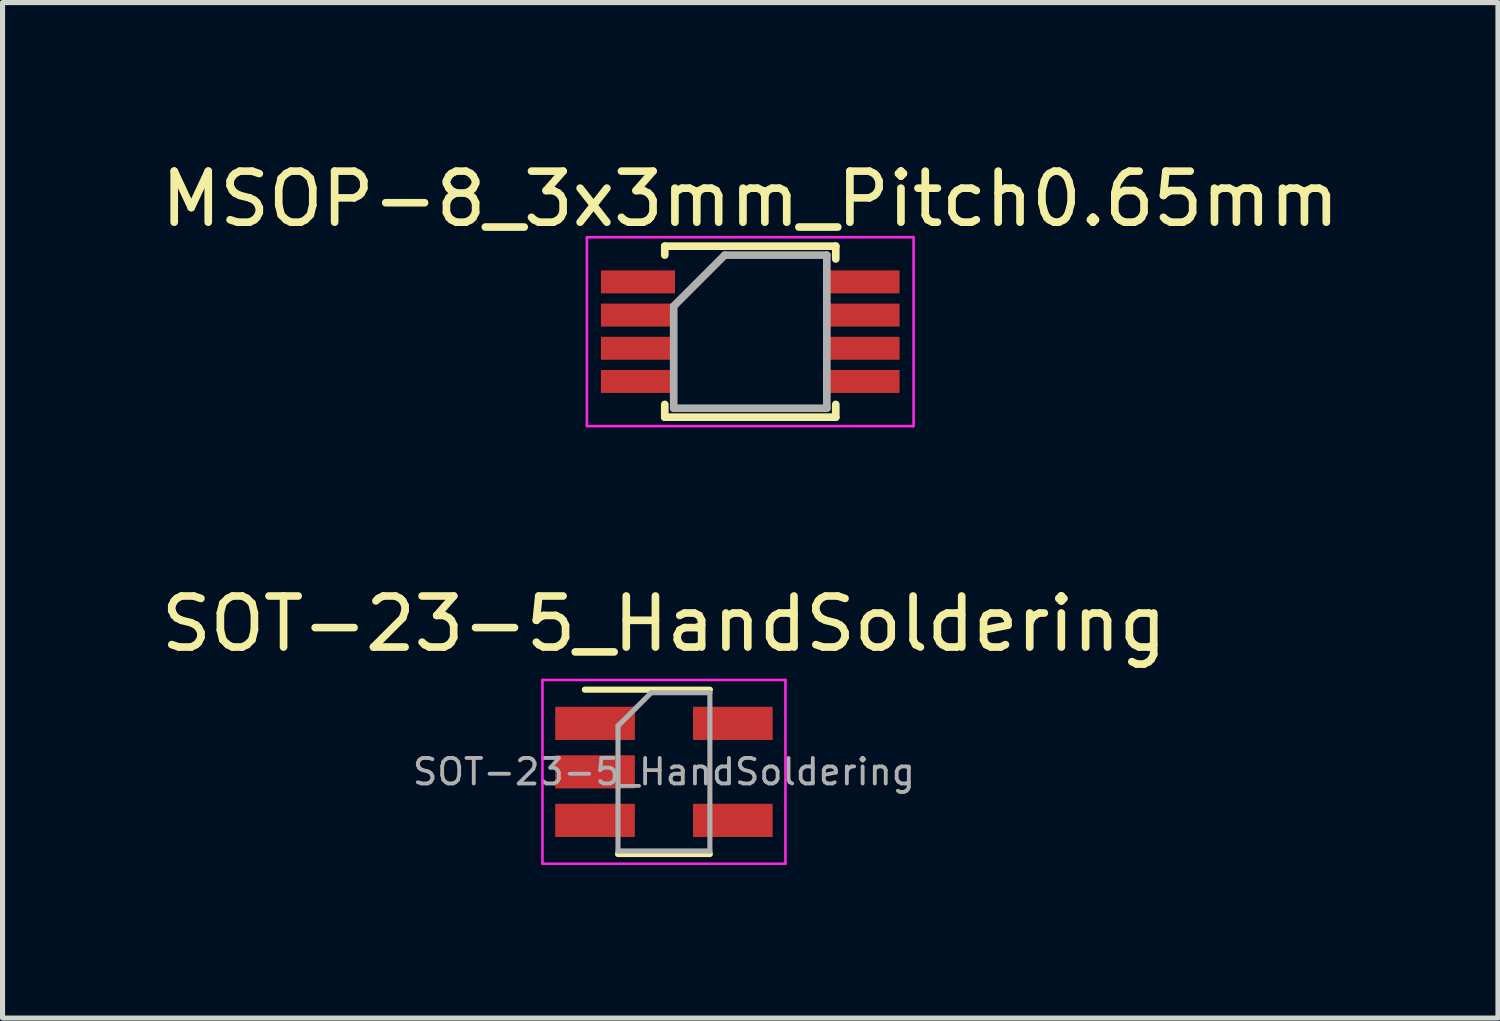
<source format=kicad_pcb>
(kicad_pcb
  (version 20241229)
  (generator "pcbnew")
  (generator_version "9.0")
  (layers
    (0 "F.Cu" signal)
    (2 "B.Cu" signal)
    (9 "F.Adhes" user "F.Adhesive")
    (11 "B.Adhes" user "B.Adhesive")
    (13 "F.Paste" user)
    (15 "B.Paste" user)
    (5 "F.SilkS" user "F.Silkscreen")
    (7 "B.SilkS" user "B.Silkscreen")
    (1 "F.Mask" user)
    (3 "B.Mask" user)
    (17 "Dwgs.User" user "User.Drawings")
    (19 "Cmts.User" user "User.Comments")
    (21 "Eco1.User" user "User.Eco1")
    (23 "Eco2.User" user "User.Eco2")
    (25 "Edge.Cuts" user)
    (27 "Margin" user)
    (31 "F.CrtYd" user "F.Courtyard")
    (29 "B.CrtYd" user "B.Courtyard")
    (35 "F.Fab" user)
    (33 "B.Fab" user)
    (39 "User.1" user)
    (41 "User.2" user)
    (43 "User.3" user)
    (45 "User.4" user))
  (footprint "MSOP-8_3x3mm_Pitch0.65mm"
    (layer "F.Cu")
    (at 11.649 3.448)
    (property "Reference" "MSOP-8_3x3mm_Pitch0.65mm" (at 0 -2.6 0) (layer "F.SilkS") (effects (font (size 1 1) (thickness 0.15))))
    (attr smd)
    (fp_line (start -1.675 -1.675) (end -1.675 -1.5) (stroke (width 0.15) (type solid)) (layer "F.SilkS"))
    (fp_line (start -1.675 -1.675) (end 1.675 -1.675) (stroke (width 0.15) (type solid)) (layer "F.SilkS"))
    (fp_line (start -1.675 1.675) (end -1.675 1.425) (stroke (width 0.15) (type solid)) (layer "F.SilkS"))
    (fp_line (start -1.675 1.675) (end 1.675 1.675) (stroke (width 0.15) (type solid)) (layer "F.SilkS"))
    (fp_line (start 1.675 -1.675) (end 1.675 -1.425) (stroke (width 0.15) (type solid)) (layer "F.SilkS"))
    (fp_line (start 1.675 1.675) (end 1.675 1.425) (stroke (width 0.15) (type solid)) (layer "F.SilkS"))
    (fp_line (start -3.2 -1.85) (end -3.2 1.85) (stroke (width 0.05) (type solid)) (layer "F.CrtYd"))
    (fp_line (start -3.2 -1.85) (end 3.2 -1.85) (stroke (width 0.05) (type solid)) (layer "F.CrtYd"))
    (fp_line (start -3.2 1.85) (end 3.2 1.85) (stroke (width 0.05) (type solid)) (layer "F.CrtYd"))
    (fp_line (start 3.2 -1.85) (end 3.2 1.85) (stroke (width 0.05) (type solid)) (layer "F.CrtYd"))
    (fp_line (start -1.5 -0.5) (end -0.5 -1.5) (stroke (width 0.15) (type solid)) (layer "F.Fab"))
    (fp_line (start -1.5 1.5) (end -1.5 -0.5) (stroke (width 0.15) (type solid)) (layer "F.Fab"))
    (fp_line (start -0.5 -1.5) (end 1.5 -1.5) (stroke (width 0.15) (type solid)) (layer "F.Fab"))
    (fp_line (start 1.5 -1.5) (end 1.5 1.5) (stroke (width 0.15) (type solid)) (layer "F.Fab"))
    (fp_line (start 1.5 1.5) (end -1.5 1.5) (stroke (width 0.15) (type solid)) (layer "F.Fab"))
    (pad "1" smd rect (at -2.2 -0.975) (size 1.45 0.45) (layers "F.Cu" "F.Mask" "F.Paste"))
    (pad "2" smd rect (at -2.2 -0.325) (size 1.45 0.45) (layers "F.Cu" "F.Mask" "F.Paste"))
    (pad "3" smd rect (at -2.2 0.325) (size 1.45 0.45) (layers "F.Cu" "F.Mask" "F.Paste"))
    (pad "4" smd rect (at -2.2 0.975) (size 1.45 0.45) (layers "F.Cu" "F.Mask" "F.Paste"))
    (pad "5" smd rect (at 2.2 0.975) (size 1.45 0.45) (layers "F.Cu" "F.Mask" "F.Paste"))
    (pad "6" smd rect (at 2.2 0.325) (size 1.45 0.45) (layers "F.Cu" "F.Mask" "F.Paste"))
    (pad "7" smd rect (at 2.2 -0.325) (size 1.45 0.45) (layers "F.Cu" "F.Mask" "F.Paste"))
    (pad "8" smd rect (at 2.2 -0.975) (size 1.45 0.45) (layers "F.Cu" "F.Mask" "F.Paste")))
  (footprint "SOT-23-5_HandSoldering"
    (layer "F.Cu")
    (at 9.958 12.072)
    (property "Reference" "SOT-23-5_HandSoldering" (at 0 -2.9 0) (layer "F.SilkS") (effects (font (size 1 1) (thickness 0.15))))
    (attr smd)
    (fp_line (start -0.9 1.61) (end 0.9 1.61) (stroke (width 0.12) (type solid)) (layer "F.SilkS"))
    (fp_line (start 0.9 -1.61) (end -1.55 -1.61) (stroke (width 0.12) (type solid)) (layer "F.SilkS"))
    (fp_line (start -2.38 -1.8) (end -2.38 1.8) (stroke (width 0.05) (type solid)) (layer "F.CrtYd"))
    (fp_line (start -2.38 -1.8) (end 2.38 -1.8) (stroke (width 0.05) (type solid)) (layer "F.CrtYd"))
    (fp_line (start 2.38 1.8) (end -2.38 1.8) (stroke (width 0.05) (type solid)) (layer "F.CrtYd"))
    (fp_line (start 2.38 1.8) (end 2.38 -1.8) (stroke (width 0.05) (type solid)) (layer "F.CrtYd"))
    (fp_line (start -0.9 -0.9) (end -0.9 1.55) (stroke (width 0.1) (type solid)) (layer "F.Fab"))
    (fp_line (start -0.9 -0.9) (end -0.25 -1.55) (stroke (width 0.1) (type solid)) (layer "F.Fab"))
    (fp_line (start 0.9 -1.55) (end -0.25 -1.55) (stroke (width 0.1) (type solid)) (layer "F.Fab"))
    (fp_line (start 0.9 -1.55) (end 0.9 1.55) (stroke (width 0.1) (type solid)) (layer "F.Fab"))
    (fp_line (start 0.9 1.55) (end -0.9 1.55) (stroke (width 0.1) (type solid)) (layer "F.Fab"))
    (fp_text user "${REFERENCE}" (at 0 0 0) (layer "F.Fab") (effects (font (size 0.5 0.5) (thickness 0.075))))
    (pad "1" smd rect (at -1.35 0.95) (size 1.56 0.65) (layers "F.Cu" "F.Mask" "F.Paste"))
    (pad "2" smd rect (at 1.35 0.95) (size 1.56 0.65) (layers "F.Cu" "F.Mask" "F.Paste"))
    (pad "3" smd rect (at -1.35 0) (size 1.56 0.65) (layers "F.Cu" "F.Mask" "F.Paste"))
    (pad "4" smd rect (at 1.35 -0.95) (size 1.56 0.65) (layers "F.Cu" "F.Mask" "F.Paste"))
    (pad "5" smd rect (at -1.35 -0.95) (size 1.56 0.65) (layers "F.Cu" "F.Mask" "F.Paste")))
  (gr_rect
    (start -3 -3)
    (end 26.298 16.896)
    (stroke (width 0.1) (type default))
    (fill no)
    (layer "Edge.Cuts")))
</source>
